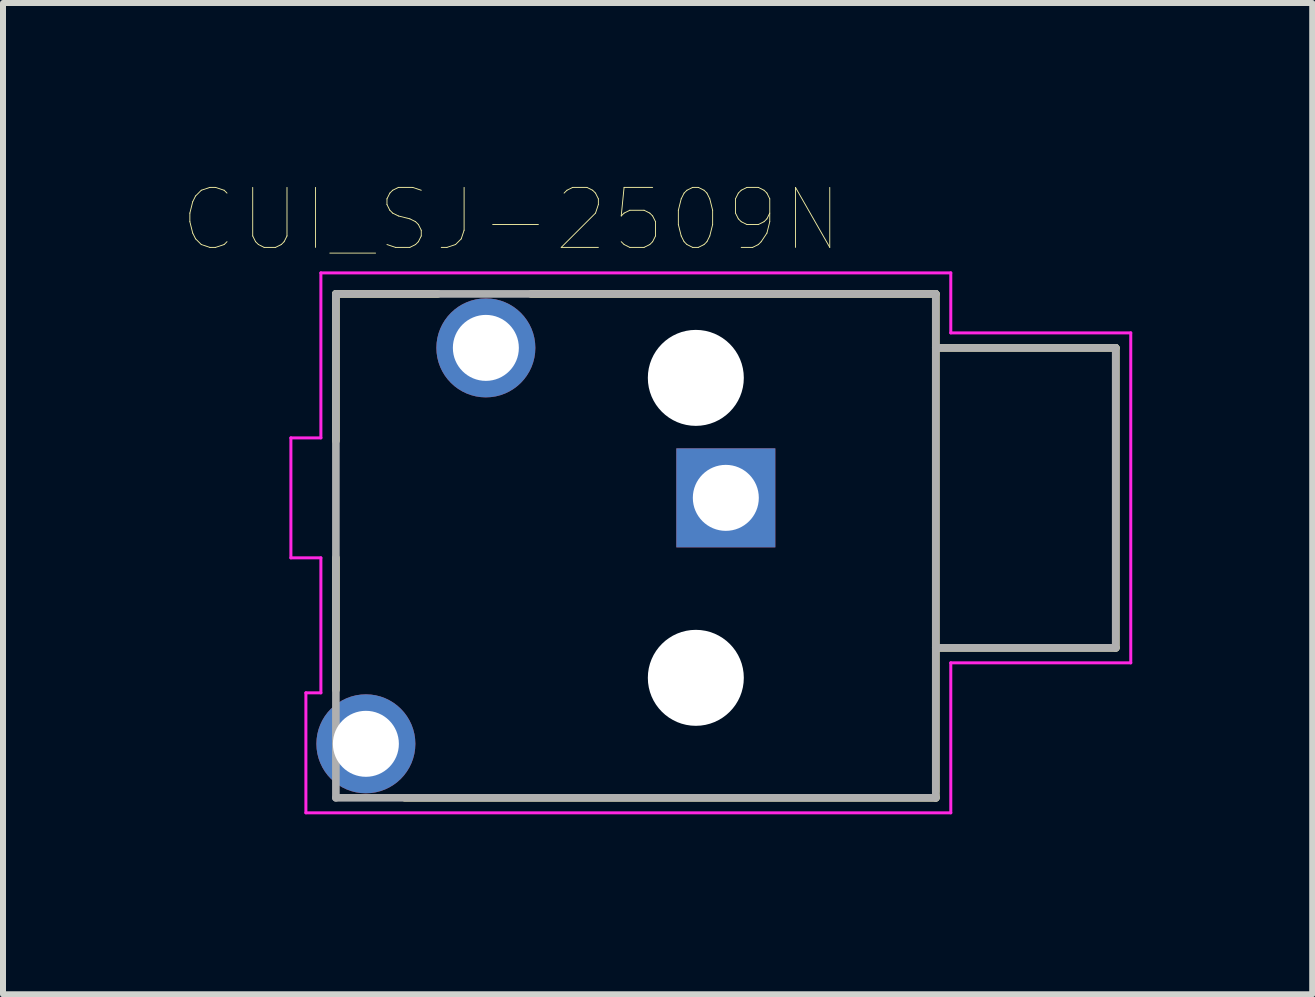
<source format=kicad_pcb>
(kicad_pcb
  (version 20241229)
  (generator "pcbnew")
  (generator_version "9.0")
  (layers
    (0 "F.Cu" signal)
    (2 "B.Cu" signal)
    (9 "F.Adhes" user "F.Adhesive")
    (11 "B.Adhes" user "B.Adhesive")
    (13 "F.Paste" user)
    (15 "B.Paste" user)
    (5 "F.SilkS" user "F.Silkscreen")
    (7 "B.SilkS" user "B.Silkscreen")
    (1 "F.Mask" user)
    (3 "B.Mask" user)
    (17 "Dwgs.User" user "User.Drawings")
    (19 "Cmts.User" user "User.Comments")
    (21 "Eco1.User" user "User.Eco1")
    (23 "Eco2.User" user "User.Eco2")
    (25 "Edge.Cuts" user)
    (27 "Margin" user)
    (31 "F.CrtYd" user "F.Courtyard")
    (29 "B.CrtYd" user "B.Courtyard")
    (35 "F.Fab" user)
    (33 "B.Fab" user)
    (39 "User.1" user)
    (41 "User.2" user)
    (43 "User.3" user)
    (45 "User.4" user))
  (footprint "CUI_SJ-2509N"
    (layer "F.Cu")
    (at 9.049 5.249)
    (property "Reference" "CUI_SJ-2509N" (at -3.577 -4.637 0) (layer "F.SilkS") (effects (font (size 1 1) (thickness 0.015))))
    (attr through_hole)
    (fp_line (start -6.5 -3.4) (end -6.5 -0.95) (stroke (width 0.127) (type solid)) (layer "F.SilkS"))
    (fp_line (start -6.5 1) (end -6.5 3.2) (stroke (width 0.127) (type solid)) (layer "F.SilkS"))
    (fp_line (start -5.35 5) (end 3.5 5) (stroke (width 0.127) (type solid)) (layer "F.SilkS"))
    (fp_line (start -4.8 -3.4) (end -6.5 -3.4) (stroke (width 0.127) (type solid)) (layer "F.SilkS"))
    (fp_line (start 3.5 -3.4) (end -3.25 -3.4) (stroke (width 0.127) (type solid)) (layer "F.SilkS"))
    (fp_line (start 3.5 -3.4) (end 3.5 -2.5) (stroke (width 0.127) (type solid)) (layer "F.SilkS"))
    (fp_line (start 3.5 -2.5) (end 3.5 2.5) (stroke (width 0.127) (type solid)) (layer "F.SilkS"))
    (fp_line (start 3.5 -2.5) (end 6.5 -2.5) (stroke (width 0.127) (type solid)) (layer "F.SilkS"))
    (fp_line (start 3.5 2.5) (end 3.5 4.9) (stroke (width 0.127) (type solid)) (layer "F.SilkS"))
    (fp_line (start 3.5 5) (end 3.5 4.95) (stroke (width 0.127) (type solid)) (layer "F.SilkS"))
    (fp_line (start 6.5 -2.5) (end 6.5 2.5) (stroke (width 0.127) (type solid)) (layer "F.SilkS"))
    (fp_line (start 6.5 2.5) (end 3.5 2.5) (stroke (width 0.127) (type solid)) (layer "F.SilkS"))
    (fp_line (start -7.25 -1) (end -7.25 1) (stroke (width 0.05) (type solid)) (layer "F.CrtYd"))
    (fp_line (start -7.25 -1) (end -6.75 -1) (stroke (width 0.05) (type solid)) (layer "F.CrtYd"))
    (fp_line (start -7.25 1) (end -6.75 1) (stroke (width 0.05) (type solid)) (layer "F.CrtYd"))
    (fp_line (start -7 3.25) (end -7 5.25) (stroke (width 0.05) (type solid)) (layer "F.CrtYd"))
    (fp_line (start -6.75 -3.75) (end 3.75 -3.75) (stroke (width 0.05) (type solid)) (layer "F.CrtYd"))
    (fp_line (start -6.75 -1) (end -6.75 -3.75) (stroke (width 0.05) (type solid)) (layer "F.CrtYd"))
    (fp_line (start -6.75 1) (end -6.75 3.25) (stroke (width 0.05) (type solid)) (layer "F.CrtYd"))
    (fp_line (start -6.75 3.25) (end -7 3.25) (stroke (width 0.05) (type solid)) (layer "F.CrtYd"))
    (fp_line (start 3.75 -3.75) (end 3.75 -2.75) (stroke (width 0.05) (type solid)) (layer "F.CrtYd"))
    (fp_line (start 3.75 -2.75) (end 6.75 -2.75) (stroke (width 0.05) (type solid)) (layer "F.CrtYd"))
    (fp_line (start 3.75 2.75) (end 3.75 5.25) (stroke (width 0.05) (type solid)) (layer "F.CrtYd"))
    (fp_line (start 3.75 5.25) (end -7 5.25) (stroke (width 0.05) (type solid)) (layer "F.CrtYd"))
    (fp_line (start 6.75 -2.75) (end 6.75 2.75) (stroke (width 0.05) (type solid)) (layer "F.CrtYd"))
    (fp_line (start 6.75 2.75) (end 3.75 2.75) (stroke (width 0.05) (type solid)) (layer "F.CrtYd"))
    (fp_line (start -6.5 -3.4) (end -6.5 5) (stroke (width 0.127) (type solid)) (layer "F.Fab"))
    (fp_line (start -6.5 5) (end 3.5 5) (stroke (width 0.127) (type solid)) (layer "F.Fab"))
    (fp_line (start 3.5 -3.4) (end -6.5 -3.4) (stroke (width 0.127) (type solid)) (layer "F.Fab"))
    (fp_line (start 3.5 -2.5) (end 3.5 -3.4) (stroke (width 0.127) (type solid)) (layer "F.Fab"))
    (fp_line (start 3.5 -2.5) (end 6.5 -2.5) (stroke (width 0.127) (type solid)) (layer "F.Fab"))
    (fp_line (start 3.5 2.5) (end 3.5 -2.5) (stroke (width 0.127) (type solid)) (layer "F.Fab"))
    (fp_line (start 3.5 5) (end 3.5 2.5) (stroke (width 0.127) (type solid)) (layer "F.Fab"))
    (fp_line (start 6.5 -2.5) (end 6.5 2.5) (stroke (width 0.127) (type solid)) (layer "F.Fab"))
    (fp_line (start 6.5 2.5) (end 3.5 2.5) (stroke (width 0.127) (type solid)) (layer "F.Fab"))
    (pad "" np_thru_hole circle (at -0.5 -2) (size 1.6 1.6) (drill 1.6) (layers "*.Cu" "*.Mask"))
    (pad "" np_thru_hole circle (at -0.5 3) (size 1.6 1.6) (drill 1.6) (layers "*.Cu" "*.Mask"))
    (pad "1" thru_hole rect (at 0 0) (size 1.65 1.65) (drill 1.1) (layers "*.Cu" "*.Mask"))
    (pad "2" thru_hole circle (at -4 -2.5) (size 1.65 1.65) (drill 1.1) (layers "*.Cu" "*.Mask"))
    (pad "3" thru_hole circle (at -6 4.1) (size 1.65 1.65) (drill 1.1) (layers "*.Cu" "*.Mask")))
  (gr_rect
    (start -3 -3)
    (end 18.824 13.524)
    (stroke (width 0.1) (type default))
    (fill no)
    (layer "Edge.Cuts")))
</source>
